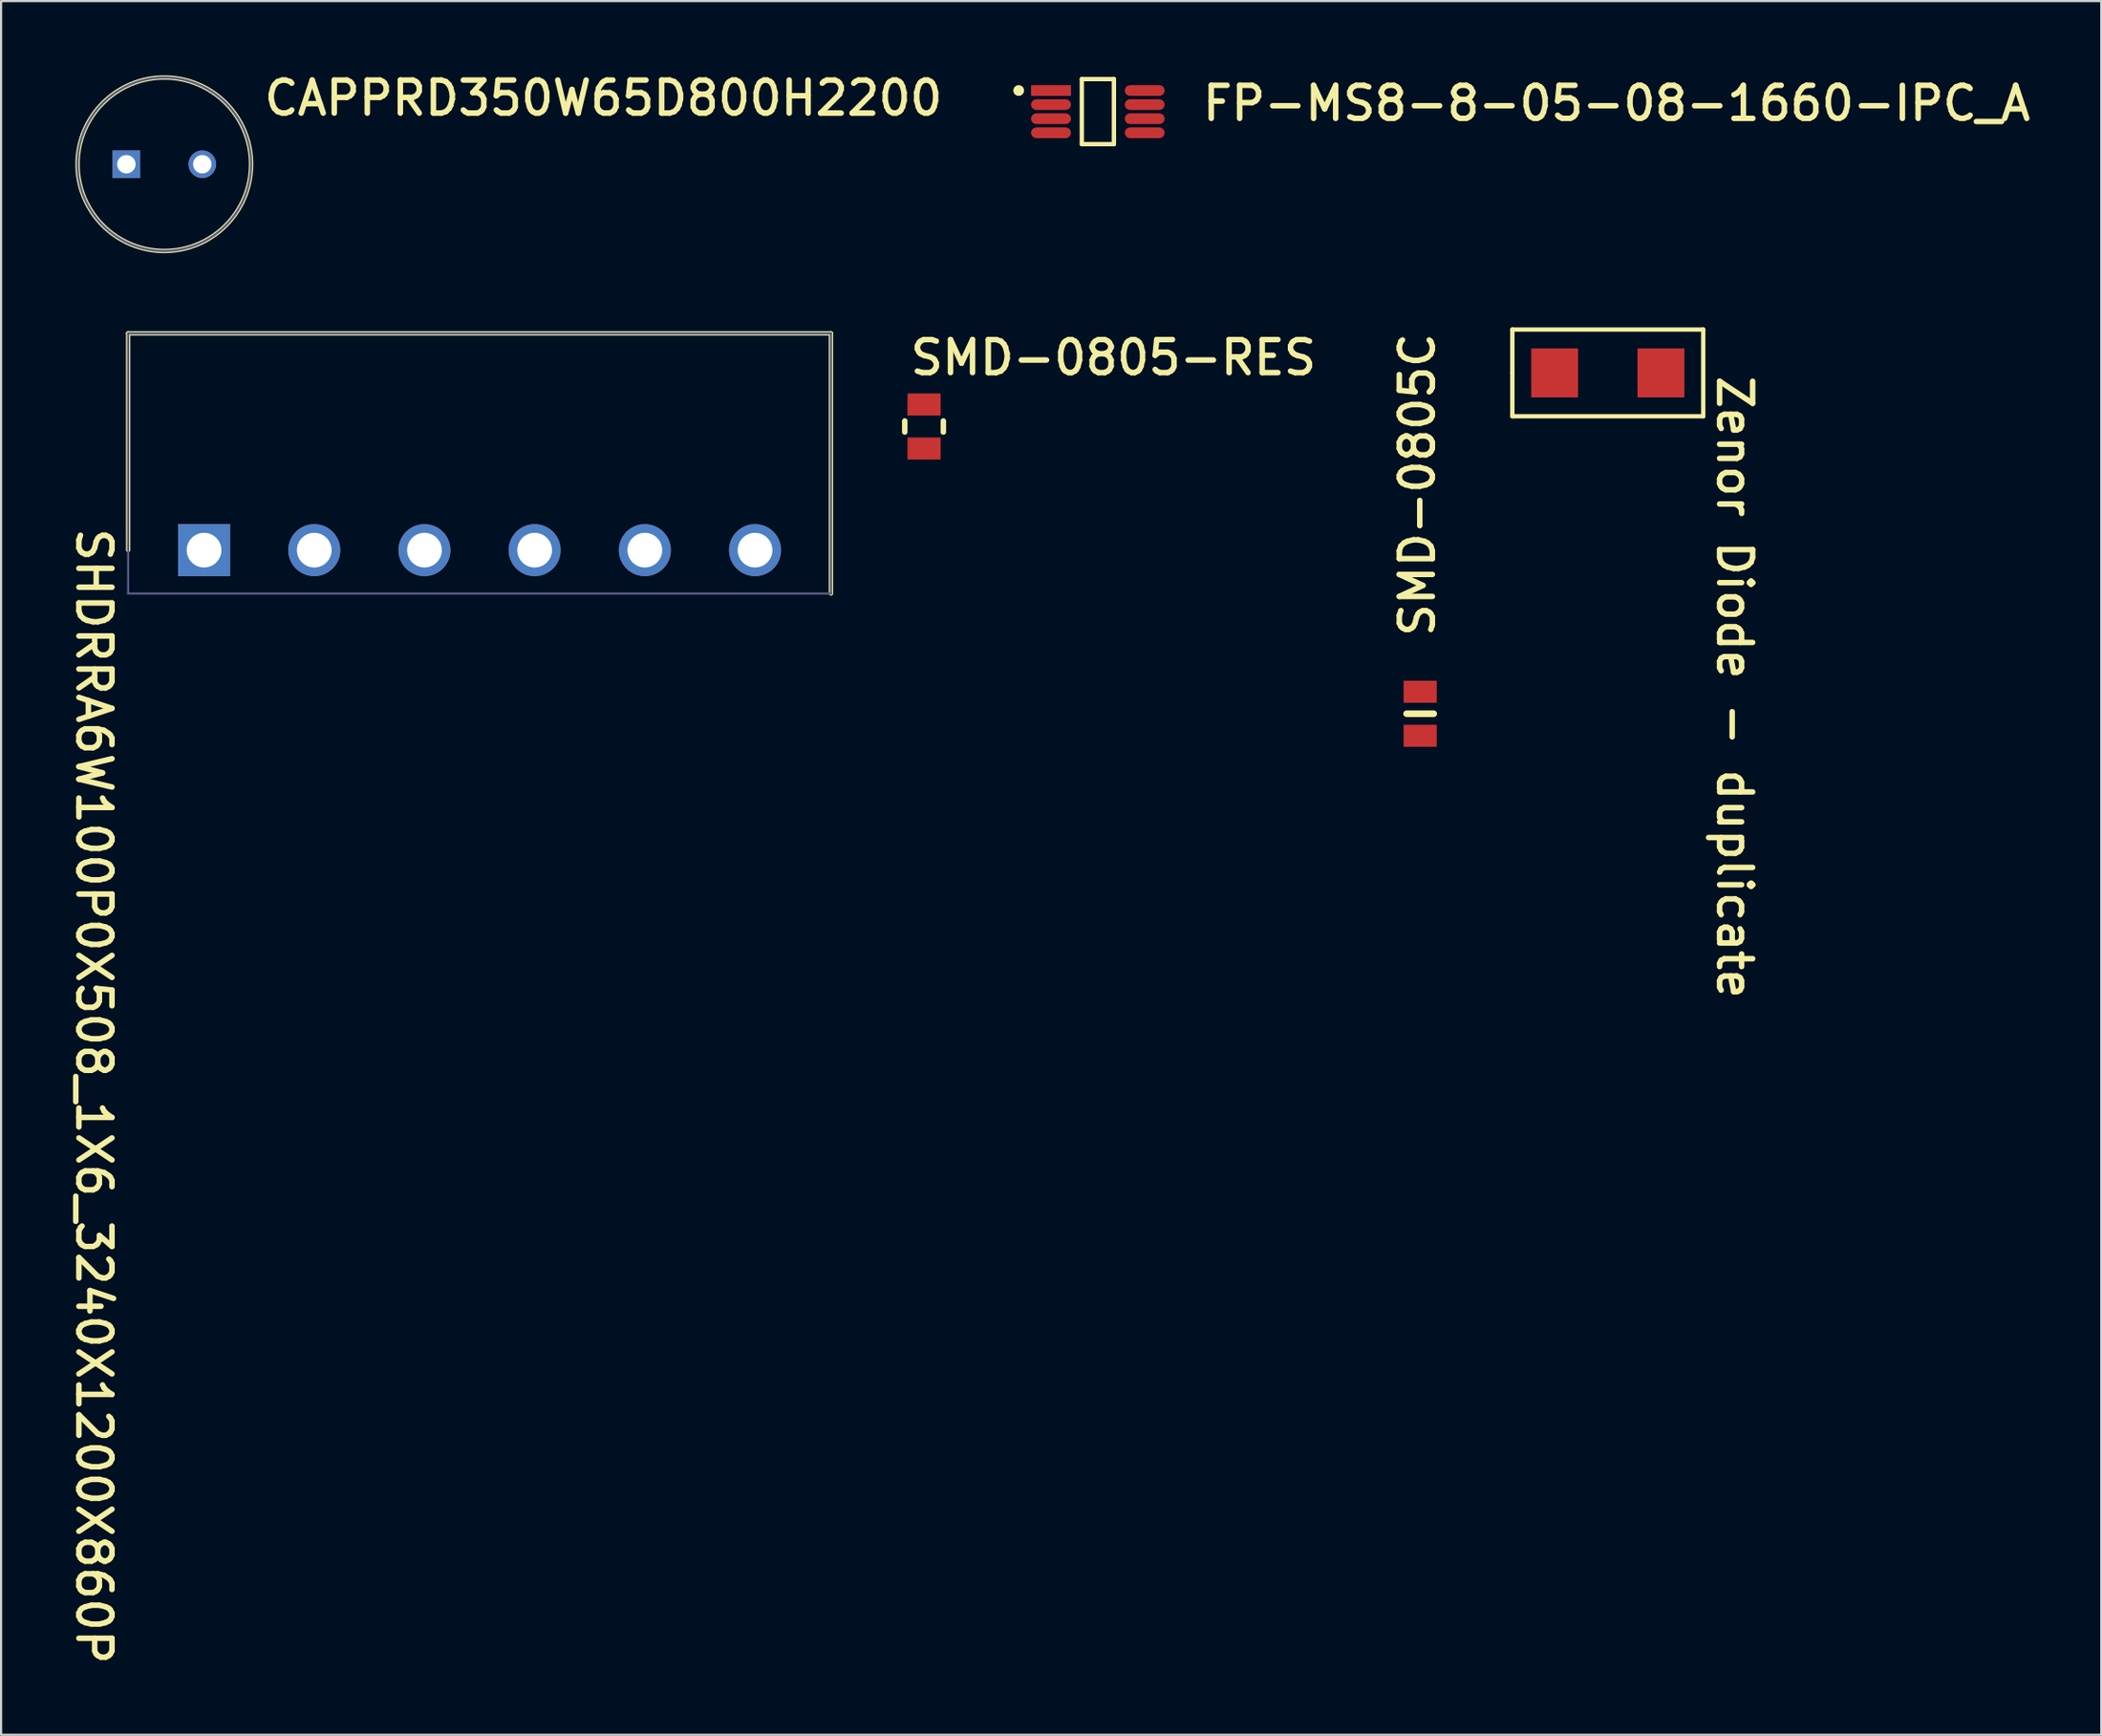
<source format=kicad_pcb>
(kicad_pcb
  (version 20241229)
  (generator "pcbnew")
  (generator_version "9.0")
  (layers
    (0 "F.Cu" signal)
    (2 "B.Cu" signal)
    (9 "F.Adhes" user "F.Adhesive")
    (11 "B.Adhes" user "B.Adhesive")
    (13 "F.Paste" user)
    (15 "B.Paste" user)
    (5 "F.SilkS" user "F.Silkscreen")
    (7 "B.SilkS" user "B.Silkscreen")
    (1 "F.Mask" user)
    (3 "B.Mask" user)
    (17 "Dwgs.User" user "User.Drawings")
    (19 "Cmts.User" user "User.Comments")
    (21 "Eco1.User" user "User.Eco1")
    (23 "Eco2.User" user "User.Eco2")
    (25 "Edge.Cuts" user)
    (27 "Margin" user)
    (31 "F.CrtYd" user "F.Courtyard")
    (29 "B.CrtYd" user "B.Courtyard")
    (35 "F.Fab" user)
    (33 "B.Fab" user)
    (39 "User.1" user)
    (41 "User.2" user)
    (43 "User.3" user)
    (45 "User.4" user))
  (footprint "SMD-0805-RES"
    (layer "F.Cu")
    (at 39.548 16.622)
    (property "Reference" "SMD-0805-RES" (at -0.762 -2.286 0) (unlocked yes) (layer "F.SilkS") (effects (font (size 1.524 1.524) (thickness 0.254)) (justify left bottom)))
    (fp_line (start -0.889 0.254) (end -0.889 -0.254) (stroke (width 0.254) (type solid)) (layer "F.SilkS"))
    (fp_line (start 0.889 0.254) (end 0.889 -0.254) (stroke (width 0.254) (type solid)) (layer "F.SilkS"))
    (pad "1" smd rect (at 0 -1.016 270) (size 1.016 1.524) (layers "F.Cu" "F.Mask" "F.Paste"))
    (pad "2" smd rect (at 0 1.016 270) (size 1.016 1.524) (layers "F.Cu" "F.Mask" "F.Paste")))
  (footprint "SHDRRA6W100P0X508_1X6_3240X1200X860P"
    (layer "F.Cu")
    (at 6.357 22.325)
    (property "Reference" "SHDRRA6W100P0X508_1X6_3240X1200X860P" (at -5.969 -1.143 270) (unlocked yes) (layer "F.SilkS") (effects (font (size 1.524 1.524) (thickness 0.254)) (justify left bottom)))
    (fp_line (start -3.5 -10) (end -3.5 0) (stroke (width 0.2) (type solid)) (layer "F.SilkS"))
    (fp_line (start -3.5 -10) (end 28.9 -10) (stroke (width 0.2) (type solid)) (layer "F.SilkS"))
    (fp_line (start 28.9 -10) (end 28.9 2) (stroke (width 0.2) (type solid)) (layer "F.SilkS"))
    (fp_line (start -3.75 -10.25) (end -3.75 2.25) (stroke (width 0.05) (type solid)) (layer "Eco1.User"))
    (fp_line (start -3.75 -10.25) (end 29.15 -10.25) (stroke (width 0.05) (type solid)) (layer "Eco1.User"))
    (fp_line (start -3.75 2.25) (end 29.15 2.25) (stroke (width 0.05) (type solid)) (layer "Eco1.User"))
    (fp_line (start 29.15 -10.25) (end 29.15 2.25) (stroke (width 0.05) (type solid)) (layer "Eco1.User"))
    (fp_line (start -3.5 -10) (end -3.5 2) (stroke (width 0.1) (type solid)) (layer "B.Fab"))
    (fp_line (start -3.5 -10) (end 28.9 -10) (stroke (width 0.1) (type solid)) (layer "B.Fab"))
    (fp_line (start -3.5 2) (end 28.9 2) (stroke (width 0.1) (type solid)) (layer "B.Fab"))
    (fp_line (start 28.9 -10) (end 28.9 2) (stroke (width 0.1) (type solid)) (layer "B.Fab"))
    (pad "1" thru_hole rect (at 0 0) (size 2.4 2.4) (drill 1.6) (layers "*.Cu" "*.Mask"))
    (pad "2" thru_hole circle (at 5.08 0) (size 2.4 2.4) (drill 1.6) (layers "*.Cu" "*.Mask"))
    (pad "3" thru_hole circle (at 10.16 0) (size 2.4 2.4) (drill 1.6) (layers "*.Cu" "*.Mask"))
    (pad "4" thru_hole circle (at 15.24 0) (size 2.4 2.4) (drill 1.6) (layers "*.Cu" "*.Mask"))
    (pad "5" thru_hole circle (at 20.32 0) (size 2.4 2.4) (drill 1.6) (layers "*.Cu" "*.Mask"))
    (pad "6" thru_hole circle (at 25.4 0) (size 2.4 2.4) (drill 1.6) (layers "*.Cu" "*.Mask")))
  (footprint "Zenor Diode - duplicate"
    (layer "F.Cu")
    (at 71.069 14.15)
    (property "Reference" "Zenor Diode - duplicate" (at 4.953 0.00033 270) (unlocked yes) (layer "F.SilkS") (effects (font (size 1.524 1.524) (thickness 0.254)) (justify left bottom)))
    (fp_line (start -4.4 -2) (end -4.4 0) (stroke (width 0.2) (type solid)) (layer "F.SilkS"))
    (fp_line (start -4.4 -2) (end 4.4 -2) (stroke (width 0.2) (type solid)) (layer "F.SilkS"))
    (fp_line (start -4.4 0) (end -4.4 2) (stroke (width 0.2) (type solid)) (layer "F.SilkS"))
    (fp_line (start -4.4 2) (end 4.4 2) (stroke (width 0.2) (type solid)) (layer "F.SilkS"))
    (fp_line (start 4.4 -2) (end 4.4 2) (stroke (width 0.2) (type solid)) (layer "F.SilkS"))
    (pad "A" smd rect (at -2.45 0) (size 2.16 2.26) (layers "F.Cu" "F.Mask" "F.Paste"))
    (pad "K" smd rect (at 2.45 0) (size 2.16 2.26) (layers "F.Cu" "F.Mask" "F.Paste")))
  (footprint "CAPPRD350W65D800H2200"
    (layer "F.Cu")
    (at 2.775 4.525)
    (property "Reference" "CAPPRD350W65D800H2200" (at 6.223 -2.159 0) (unlocked yes) (layer "F.SilkS") (effects (font (size 1.524 1.524) (thickness 0.254)) (justify left bottom)))
    (fp_circle (center 1.75 0) (end 1.75 -4) (stroke (width 0.2) (type solid)) (fill no) (layer "F.SilkS"))
    (fp_circle (center 1.75 0) (end 1.75 -4.5) (stroke (width 0.05) (type solid)) (fill no) (layer "Eco1.User"))
    (fp_circle (center 1.75 0) (end 1.75 -4) (stroke (width 0.1) (type solid)) (fill no) (layer "B.Fab"))
    (pad "1" thru_hole rect (at 0 0) (size 1.275 1.275) (drill 0.85) (layers "*.Cu" "*.Mask"))
    (pad "2" thru_hole circle (at 3.5 0) (size 1.275 1.275) (drill 0.85) (layers "*.Cu" "*.Mask")))
  (footprint "FP-MS8-8-05-08-1660-IPC_A"
    (layer "F.Cu")
    (at 47.561 2.1)
    (property "Reference" "FP-MS8-8-05-08-1660-IPC_A" (at 4.699 0.508 0) (unlocked yes) (layer "F.SilkS") (effects (font (size 1.524 1.524) (thickness 0.254)) (justify left bottom)))
    (fp_line (start -0.74 -1.5) (end 0.74 -1.5) (stroke (width 0.2) (type solid)) (layer "F.SilkS"))
    (fp_line (start -0.74 1.5) (end -0.74 -1.5) (stroke (width 0.2) (type solid)) (layer "F.SilkS"))
    (fp_line (start -0.74 1.5) (end 0.74 1.5) (stroke (width 0.2) (type solid)) (layer "F.SilkS"))
    (fp_line (start 0.74 1.5) (end 0.74 -1.5) (stroke (width 0.2) (type solid)) (layer "F.SilkS"))
    (fp_circle (center -3.65 -0.975) (end -3.65 -1.1) (stroke (width 0.25) (type solid)) (fill no) (layer "F.SilkS"))
    (fp_line (start -0.5 0) (end 0.5 0) (stroke (width 0.1) (type solid)) (layer "Eco1.User"))
    (fp_line (start 0 0.5) (end 0 -0.5) (stroke (width 0.1) (type solid)) (layer "Eco1.User"))
    (fp_line (start -1.5 -1.5) (end 1.5 -1.5) (stroke (width 0.2) (type solid)) (layer "User.2"))
    (fp_line (start -1.5 1.5) (end -1.5 -1.5) (stroke (width 0.2) (type solid)) (layer "User.2"))
    (fp_line (start -1.5 1.5) (end 1.5 1.5) (stroke (width 0.2) (type solid)) (layer "User.2"))
    (fp_line (start 1.5 1.5) (end 1.5 -1.5) (stroke (width 0.2) (type solid)) (layer "User.2"))
    (fp_line (start -3.58 -2) (end 3.58 -2) (stroke (width 0.2) (type solid)) (layer "User.3"))
    (fp_line (start -3.58 2) (end -3.58 -2) (stroke (width 0.2) (type solid)) (layer "User.3"))
    (fp_line (start -3.58 2) (end 3.58 2) (stroke (width 0.2) (type solid)) (layer "User.3"))
    (fp_line (start 3.58 2) (end 3.58 -2) (stroke (width 0.2) (type solid)) (layer "User.3"))
    (fp_line (start -3.58 -2) (end 3.58 -2) (stroke (width 0.2) (type solid)) (layer "User.5"))
    (fp_line (start -3.58 2) (end -3.58 -2) (stroke (width 0.2) (type solid)) (layer "User.5"))
    (fp_line (start -3.58 2) (end 3.58 2) (stroke (width 0.2) (type solid)) (layer "User.5"))
    (fp_line (start 3.58 2) (end 3.58 -2) (stroke (width 0.2) (type solid)) (layer "User.5"))
    (fp_text user "${REFERENCE}" (at -0.00001 -0.011 0) (unlocked yes) (layer "User.5") (effects (font (size 0.5 0.5) (thickness 0.1)) (justify left bottom)))
    (pad "1" smd rect (at -2.16 -0.975) (size 1.84 0.495) (layers "F.Cu" "F.Mask" "F.Paste"))
    (pad "2" smd roundrect (at -2.16 -0.325) (size 1.84 0.495) (layers "F.Cu" "F.Mask" "F.Paste") (roundrect_rratio 0.5))
    (pad "3" smd roundrect (at -2.16 0.325) (size 1.84 0.495) (layers "F.Cu" "F.Mask" "F.Paste") (roundrect_rratio 0.5))
    (pad "4" smd roundrect (at -2.16 0.975) (size 1.84 0.495) (layers "F.Cu" "F.Mask" "F.Paste") (roundrect_rratio 0.5))
    (pad "5" smd roundrect (at 2.16 0.975) (size 1.84 0.495) (layers "F.Cu" "F.Mask" "F.Paste") (roundrect_rratio 0.5))
    (pad "6" smd roundrect (at 2.16 0.325) (size 1.84 0.495) (layers "F.Cu" "F.Mask" "F.Paste") (roundrect_rratio 0.5))
    (pad "7" smd roundrect (at 2.16 -0.325) (size 1.84 0.495) (layers "F.Cu" "F.Mask" "F.Paste") (roundrect_rratio 0.5))
    (pad "8" smd roundrect (at 2.16 -0.975) (size 1.84 0.495) (layers "F.Cu" "F.Mask" "F.Paste") (roundrect_rratio 0.5)))
  (footprint "SMD-0805C"
    (layer "F.Cu")
    (at 62.419 29.87)
    (property "Reference" "SMD-0805C" (at 0.762 -3.429 90) (unlocked yes) (layer "F.SilkS") (effects (font (size 1.524 1.524) (thickness 0.254)) (justify left bottom)))
    (fp_line (start 0.625 -0.00024) (end -0.625 -0.00024) (stroke (width 0.305) (type solid)) (layer "F.SilkS"))
    (pad "1" smd rect (at 0 -1.016 270) (size 1.016 1.524) (layers "F.Cu" "F.Mask" "F.Paste"))
    (pad "2" smd rect (at 0 1.016 270) (size 1.016 1.524) (layers "F.Cu" "F.Mask" "F.Paste")))
  (gr_rect
    (start -3 -3)
    (end 93.818 76.964)
    (stroke (width 0.1) (type default))
    (fill no)
    (layer "Edge.Cuts")))
</source>
